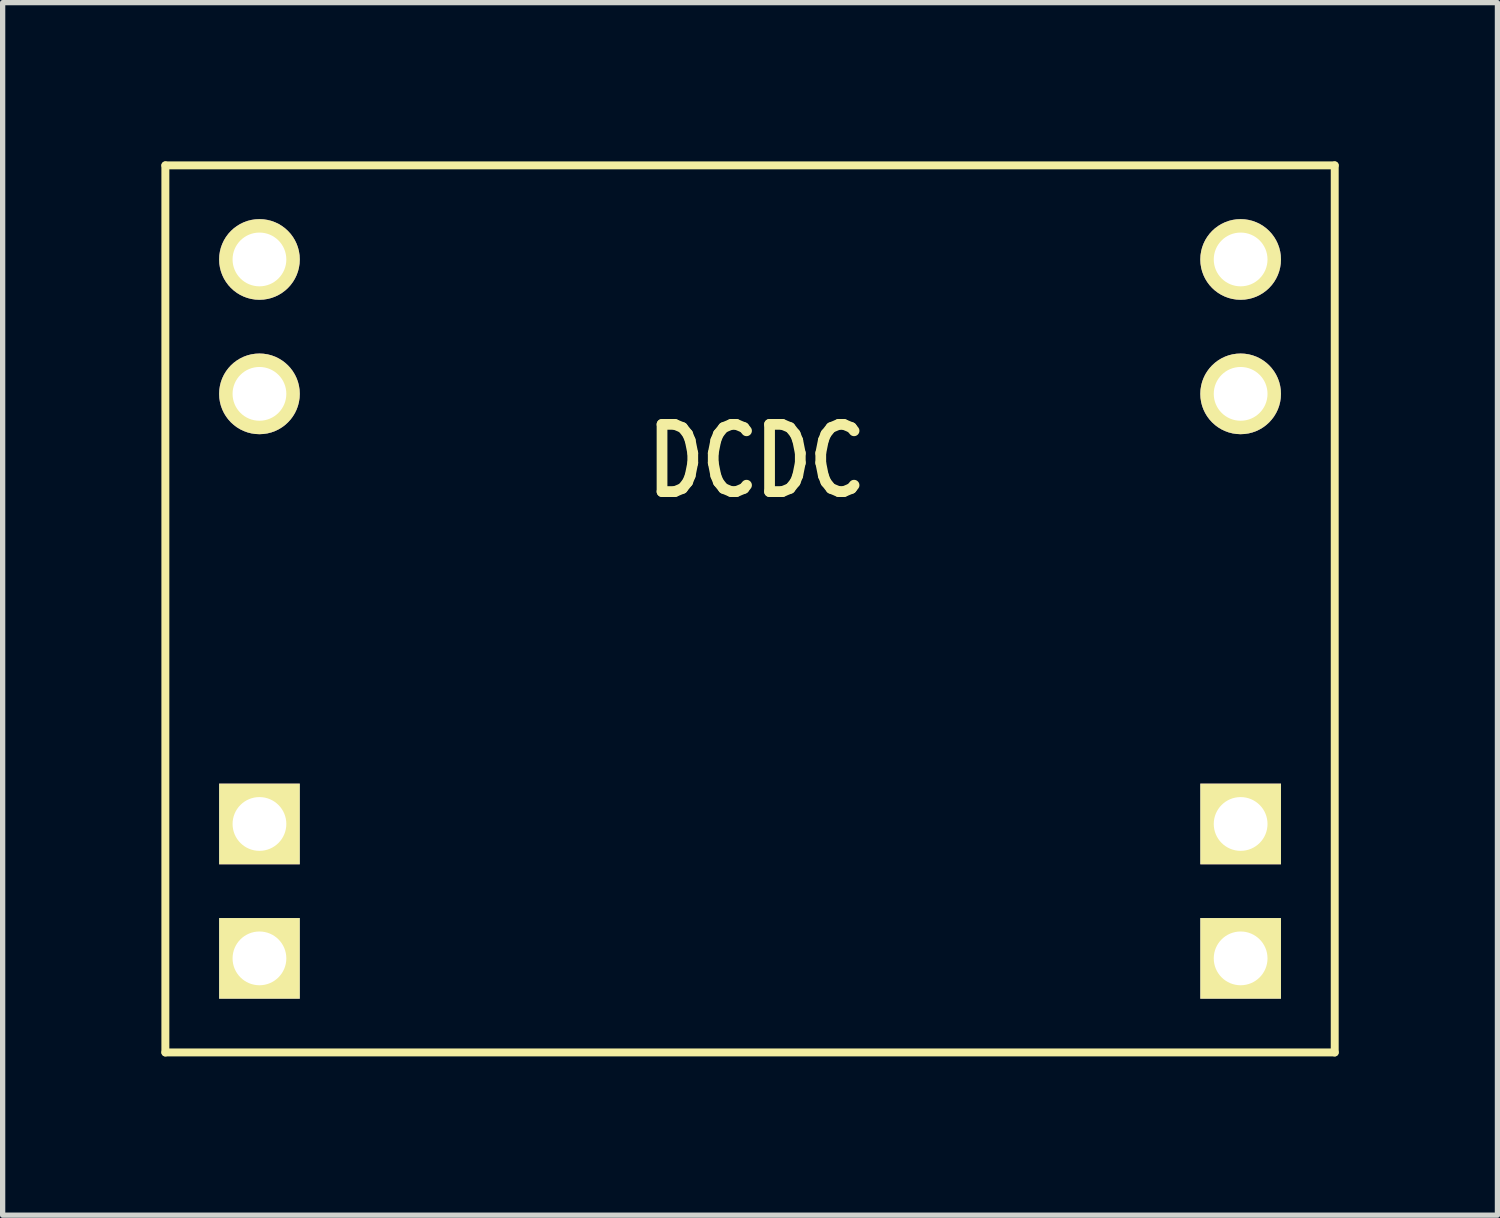
<source format=kicad_pcb>
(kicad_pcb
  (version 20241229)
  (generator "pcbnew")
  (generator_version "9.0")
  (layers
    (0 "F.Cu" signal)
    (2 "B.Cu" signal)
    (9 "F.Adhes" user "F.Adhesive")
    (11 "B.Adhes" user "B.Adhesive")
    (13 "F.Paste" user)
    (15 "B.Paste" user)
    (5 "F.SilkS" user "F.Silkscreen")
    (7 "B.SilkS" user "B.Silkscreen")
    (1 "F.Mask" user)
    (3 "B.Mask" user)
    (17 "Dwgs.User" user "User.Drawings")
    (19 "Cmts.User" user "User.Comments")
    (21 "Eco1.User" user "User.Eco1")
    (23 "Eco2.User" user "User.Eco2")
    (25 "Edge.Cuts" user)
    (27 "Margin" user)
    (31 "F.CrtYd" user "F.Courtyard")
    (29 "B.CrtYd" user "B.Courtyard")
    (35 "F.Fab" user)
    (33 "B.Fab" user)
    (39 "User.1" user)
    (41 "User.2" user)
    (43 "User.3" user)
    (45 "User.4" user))
  (footprint "DCDC"
    (layer "F.Cu")
    (at 1.345 15.061)
    (property "Reference" "DCDC" (at 9.906 -9.398 0) (layer "F.SilkS") (effects (font (size 1.27 1.016) (thickness 0.203))))
    (attr smd)
    (fp_line (start -1.27 -14.986) (end 20.828 -14.986) (stroke (width 0.15) (type solid)) (layer "F.SilkS"))
    (fp_line (start -1.27 1.778) (end -1.27 -14.986) (stroke (width 0.15) (type solid)) (layer "F.SilkS"))
    (fp_line (start 20.828 -14.986) (end 20.828 1.778) (stroke (width 0.15) (type solid)) (layer "F.SilkS"))
    (fp_line (start 20.828 1.778) (end -1.27 1.778) (stroke (width 0.15) (type solid)) (layer "F.SilkS"))
    (pad "GND" thru_hole circle (at 19.05 -13.208 90) (size 1.524 1.524) (drill 1.016) (layers "*.Cu" "*.Mask" "F.SilkS"))
    (pad "GND" thru_hole circle (at 19.05 -10.668 90) (size 1.524 1.524) (drill 1.016) (layers "*.Cu" "*.Mask" "F.SilkS"))
    (pad "GND2" thru_hole circle (at 0.508 -13.208 90) (size 1.524 1.524) (drill 1.016) (layers "*.Cu" "*.Mask" "F.SilkS"))
    (pad "GND2" thru_hole circle (at 0.508 -10.668 90) (size 1.524 1.524) (drill 1.016) (layers "*.Cu" "*.Mask" "F.SilkS"))
    (pad "Vin" thru_hole rect (at 19.05 -2.54 90) (size 1.524 1.524) (drill 1.016) (layers "*.Cu" "*.Mask" "F.SilkS"))
    (pad "Vin" thru_hole rect (at 19.05 0 90) (size 1.524 1.524) (drill 1.016) (layers "*.Cu" "*.Mask" "F.SilkS"))
    (pad "Vout" thru_hole rect (at 0.508 -2.54 90) (size 1.524 1.524) (drill 1.016) (layers "*.Cu" "*.Mask" "F.SilkS"))
    (pad "Vout" thru_hole rect (at 0.508 0 90) (size 1.524 1.524) (drill 1.016) (layers "*.Cu" "*.Mask" "F.SilkS")))
  (gr_rect
    (start -3 -3)
    (end 25.248 19.914)
    (stroke (width 0.1) (type default))
    (fill no)
    (layer "Edge.Cuts")))
</source>
